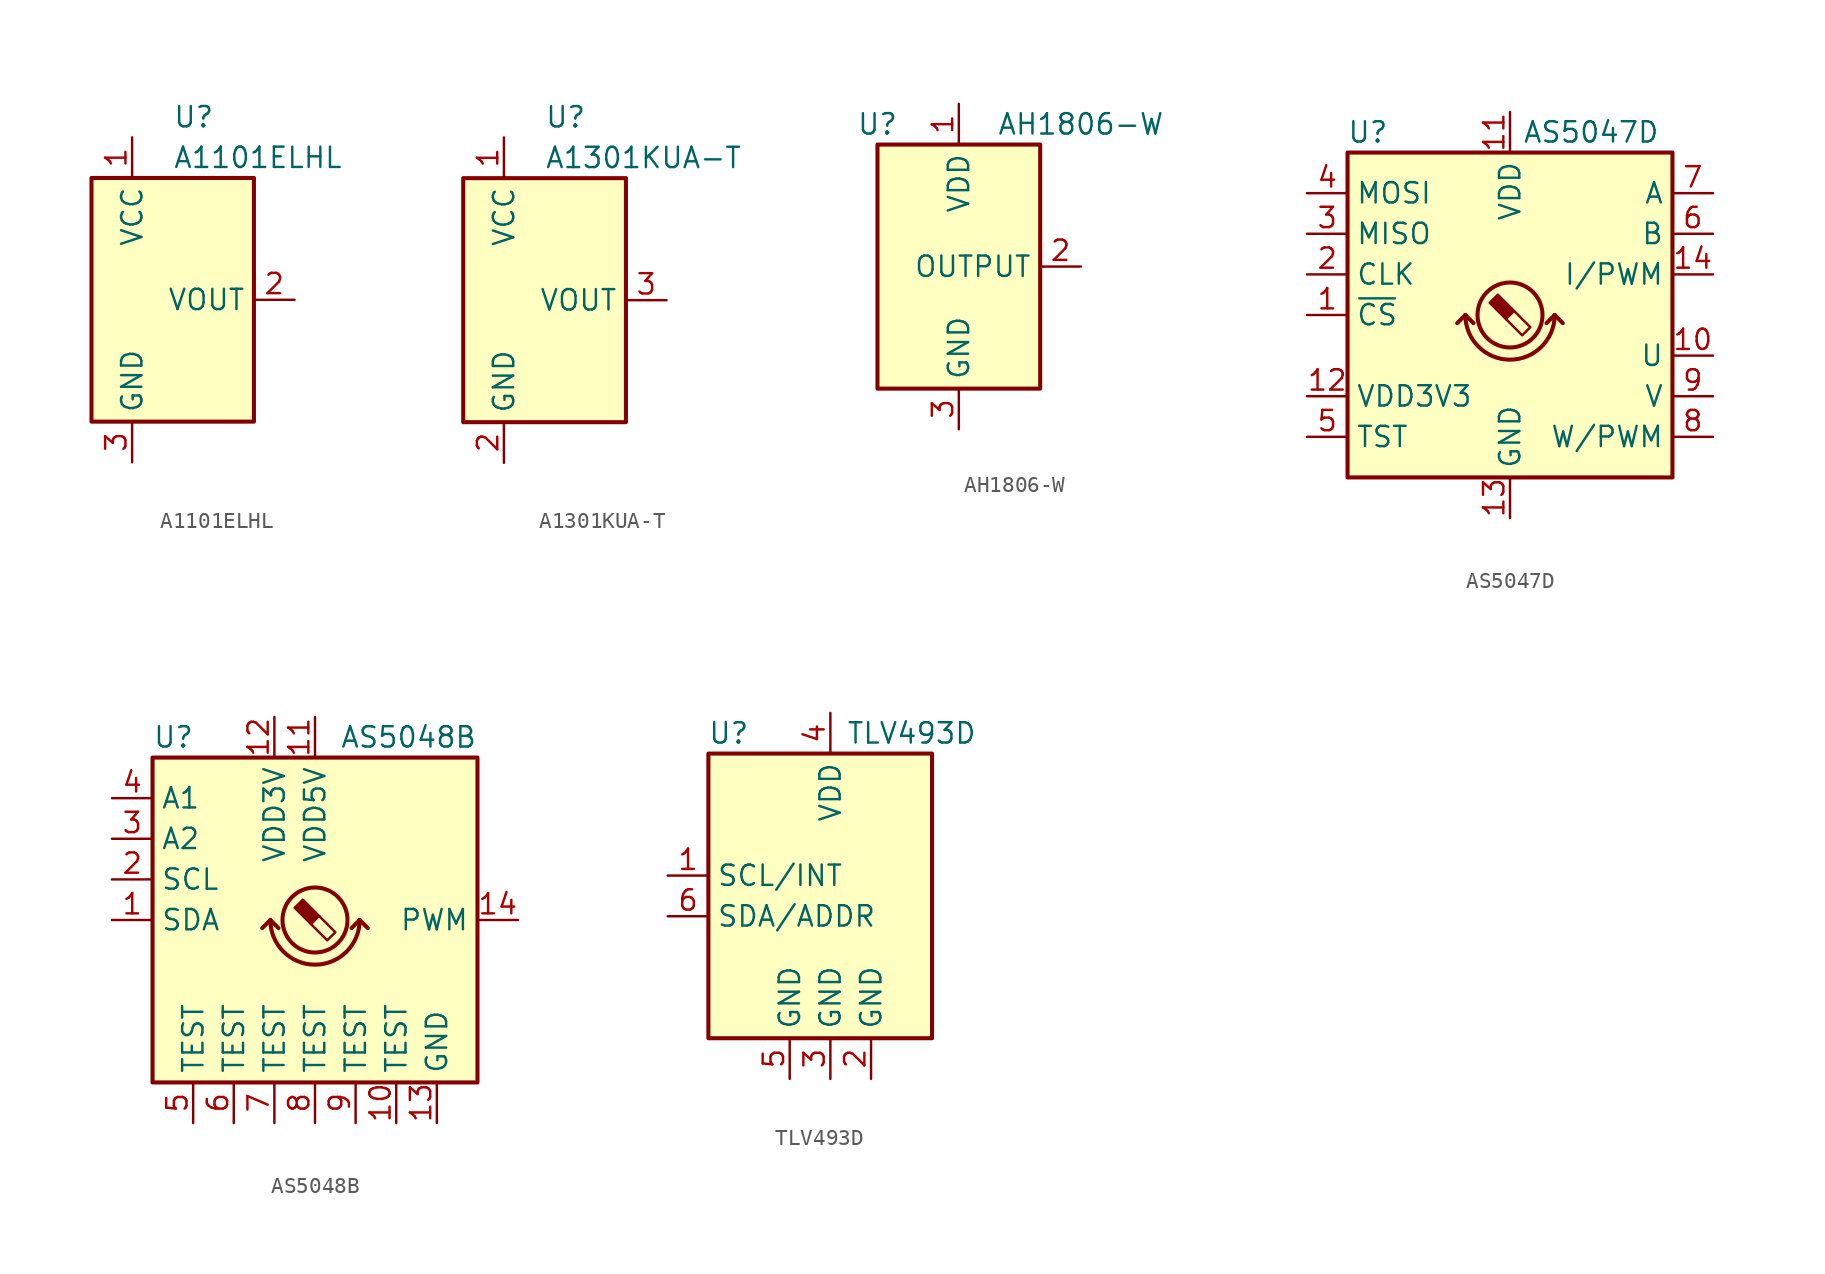
<source format=kicad_sym>
(kicad_symbol_lib
  (version 20211014)
  (generator kicad_symbol_editor)
  (symbol "A1101ELHL"
    (property "Reference" "U"
      (at 0 11.43 0)
      (effects (font (size 1.27 1.27)) (justify left)))
    (property "Value" "A1101ELHL"
      (at 0 8.89 0)
      (effects (font (size 1.27 1.27)) (justify left)))
    (symbol "A1101ELHL_0_1"
      (rectangle (start -5.08 7.62) (end 5.08 -7.62) (stroke (width 0.254) (type default) (color 0 0 0 0)) (fill (type background))))
    (symbol "A1101ELHL_1_1"
      (pin power_in line (at -2.54 10.16 270) (length 2.54) (name "VCC" (effects (font (size 1.27 1.27)))) (number "1" (effects (font (size 1.27 1.27)))))
      (pin open_collector line (at 7.62 0 180) (length 2.54) (name "VOUT" (effects (font (size 1.27 1.27)))) (number "2" (effects (font (size 1.27 1.27)))))
      (pin power_in line (at -2.54 -10.16 90) (length 2.54) (name "GND" (effects (font (size 1.27 1.27)))) (number "3" (effects (font (size 1.27 1.27)))))))
  (symbol "A1301KUA-T"
    (property "Reference" "U"
      (at 0 11.43 0)
      (effects (font (size 1.27 1.27)) (justify left)))
    (property "Value" "A1301KUA-T"
      (at 0 8.89 0)
      (effects (font (size 1.27 1.27)) (justify left)))
    (symbol "A1301KUA-T_0_1"
      (rectangle (start -5.08 7.62) (end 5.08 -7.62) (stroke (width 0.254) (type default) (color 0 0 0 0)) (fill (type background))))
    (symbol "A1301KUA-T_1_1"
      (pin power_in line (at -2.54 10.16 270) (length 2.54) (name "VCC" (effects (font (size 1.27 1.27)))) (number "1" (effects (font (size 1.27 1.27)))))
      (pin power_in line (at -2.54 -10.16 90) (length 2.54) (name "GND" (effects (font (size 1.27 1.27)))) (number "2" (effects (font (size 1.27 1.27)))))
      (pin output line (at 7.62 0 180) (length 2.54) (name "VOUT" (effects (font (size 1.27 1.27)))) (number "3" (effects (font (size 1.27 1.27)))))))
  (symbol "AH1806-W"
    (property "Reference" "U"
      (at -5.08 8.89 0)
      (effects (font (size 1.27 1.27))))
    (property "Value" "AH1806-W"
      (at 7.62 8.89 0)
      (effects (font (size 1.27 1.27))))
    (symbol "AH1806-W_0_1"
      (rectangle (start 5.08 7.62) (end -5.08 -7.62) (stroke (width 0.254) (type default) (color 0 0 0 0)) (fill (type background))))
    (symbol "AH1806-W_1_1"
      (pin power_in line (at 0 10.16 270) (length 2.54) (name "VDD" (effects (font (size 1.27 1.27)))) (number "1" (effects (font (size 1.27 1.27)))))
      (pin open_collector line (at 7.62 0 180) (length 2.54) (name "OUTPUT" (effects (font (size 1.27 1.27)))) (number "2" (effects (font (size 1.27 1.27)))))
      (pin power_in line (at 0 -10.16 90) (length 2.54) (name "GND" (effects (font (size 1.27 1.27)))) (number "3" (effects (font (size 1.27 1.27)))))))
  (symbol "AS5047D"
    (property "Reference" "U"
      (at -8.89 11.43 0)
      (effects (font (size 1.27 1.27))))
    (property "Value" "AS5047D"
      (at 5.08 11.43 0)
      (effects (font (size 1.27 1.27))))
    (symbol "AS5047D_1_1"
      (rectangle (start -10.16 10.16) (end 10.16 -10.16) (stroke (width 0.254) (type default) (color 0 0 0 0)) (fill (type background)))
      (arc (start -2.794 0) (mid 0 -2.794) (end 2.794 0) (stroke (width 0.254) (type default) (color 0 0 0 0)) (fill (type none)))
      (polyline (pts (xy -2.794 0) (xy -3.302 -0.508)) (stroke (width 0.254) (type default) (color 0 0 0 0)) (fill (type none)))
      (polyline (pts (xy -2.794 0) (xy -2.286 -0.508)) (stroke (width 0.254) (type default) (color 0 0 0 0)) (fill (type none)))
      (polyline (pts (xy 2.794 0) (xy 2.286 -0.508)) (stroke (width 0.254) (type default) (color 0 0 0 0)) (fill (type none)))
      (polyline (pts (xy 2.794 0) (xy 3.302 -0.508)) (stroke (width 0.254) (type default) (color 0 0 0 0)) (fill (type none)))
      (polyline (pts (xy 0.254 0.254) (xy 1.27 -0.762) (xy 0.762 -1.27) (xy -0.254 -0.254)) (stroke (width 0) (type default) (color 0 0 0 0)) (fill (type none)))
      (polyline (pts (xy -0.762 1.27) (xy 0.254 0.254) (xy -0.254 -0.254) (xy -1.27 0.762) (xy -1.016 1.016) (xy -0.762 1.27) (xy -0.635 1.143)) (stroke (width 0) (type default) (color 0 0 0 0)) (fill (type outline)))
      (circle (center 0 0) (radius 2.032) (stroke (width 0.254) (type default) (color 0 0 0 0)) (fill (type none)))
      (pin input line (at -12.7 0 0) (length 2.54) (name "~{CS}" (effects (font (size 1.27 1.27)))) (number "1" (effects (font (size 1.27 1.27)))))
      (pin output line (at 12.7 -2.54 180) (length 2.54) (name "U" (effects (font (size 1.27 1.27)))) (number "10" (effects (font (size 1.27 1.27)))))
      (pin power_in line (at 0 12.7 270) (length 2.54) (name "VDD" (effects (font (size 1.27 1.27)))) (number "11" (effects (font (size 1.27 1.27)))))
      (pin power_out line (at -12.7 -5.08 0) (length 2.54) (name "VDD3V3" (effects (font (size 1.27 1.27)))) (number "12" (effects (font (size 1.27 1.27)))))
      (pin power_in line (at 0 -12.7 90) (length 2.54) (name "GND" (effects (font (size 1.27 1.27)))) (number "13" (effects (font (size 1.27 1.27)))))
      (pin output line (at 12.7 2.54 180) (length 2.54) (name "I/PWM" (effects (font (size 1.27 1.27)))) (number "14" (effects (font (size 1.27 1.27)))))
      (pin input line (at -12.7 2.54 0) (length 2.54) (name "CLK" (effects (font (size 1.27 1.27)))) (number "2" (effects (font (size 1.27 1.27)))))
      (pin output line (at -12.7 5.08 0) (length 2.54) (name "MISO" (effects (font (size 1.27 1.27)))) (number "3" (effects (font (size 1.27 1.27)))))
      (pin input line (at -12.7 7.62 0) (length 2.54) (name "MOSI" (effects (font (size 1.27 1.27)))) (number "4" (effects (font (size 1.27 1.27)))))
      (pin input line (at -12.7 -7.62 0) (length 2.54) (name "TST" (effects (font (size 1.27 1.27)))) (number "5" (effects (font (size 1.27 1.27)))))
      (pin output line (at 12.7 5.08 180) (length 2.54) (name "B" (effects (font (size 1.27 1.27)))) (number "6" (effects (font (size 1.27 1.27)))))
      (pin output line (at 12.7 7.62 180) (length 2.54) (name "A" (effects (font (size 1.27 1.27)))) (number "7" (effects (font (size 1.27 1.27)))))
      (pin output line (at 12.7 -7.62 180) (length 2.54) (name "W/PWM" (effects (font (size 1.27 1.27)))) (number "8" (effects (font (size 1.27 1.27)))))
      (pin output line (at 12.7 -5.08 180) (length 2.54) (name "V" (effects (font (size 1.27 1.27)))) (number "9" (effects (font (size 1.27 1.27)))))))
  (symbol "AS5048B"
    (property "Reference" "U"
      (at -10.16 11.43 0)
      (effects (font (size 1.27 1.27)) (justify left)))
    (property "Value" "AS5048B"
      (at 10.16 11.43 0)
      (effects (font (size 1.27 1.27)) (justify right)))
    (symbol "AS5048B_0_1"
      (rectangle (start -10.16 10.16) (end 10.16 -10.16) (stroke (width 0.254) (type default) (color 0 0 0 0)) (fill (type background)))
      (arc (start -2.794 0) (mid 0 -2.794) (end 2.794 0) (stroke (width 0.254) (type default) (color 0 0 0 0)) (fill (type none)))
      (polyline (pts (xy -2.794 0) (xy -3.302 -0.508)) (stroke (width 0.254) (type default) (color 0 0 0 0)) (fill (type none)))
      (polyline (pts (xy -2.794 0) (xy -2.286 -0.508)) (stroke (width 0.254) (type default) (color 0 0 0 0)) (fill (type none)))
      (polyline (pts (xy 2.794 0) (xy 2.286 -0.508)) (stroke (width 0.254) (type default) (color 0 0 0 0)) (fill (type none)))
      (polyline (pts (xy 2.794 0) (xy 3.302 -0.508)) (stroke (width 0.254) (type default) (color 0 0 0 0)) (fill (type none))))
    (symbol "AS5048B_1_1"
      (polyline (pts (xy 0.254 0.254) (xy 1.27 -0.762) (xy 0.762 -1.27) (xy -0.254 -0.254)) (stroke (width 0) (type default) (color 0 0 0 0)) (fill (type none)))
      (polyline (pts (xy -0.762 1.27) (xy 0.254 0.254) (xy -0.254 -0.254) (xy -1.27 0.762) (xy -1.016 1.016) (xy -0.762 1.27) (xy -0.635 1.143)) (stroke (width 0) (type default) (color 0 0 0 0)) (fill (type outline)))
      (circle (center 0 0) (radius 2.032) (stroke (width 0.254) (type default) (color 0 0 0 0)) (fill (type none)))
      (pin bidirectional line (at -12.7 0 0) (length 2.54) (name "SDA" (effects (font (size 1.27 1.27)))) (number "1" (effects (font (size 1.27 1.27)))))
      (pin passive line (at 5.08 -12.7 90) (length 2.54) (name "TEST" (effects (font (size 1.27 1.27)))) (number "10" (effects (font (size 1.27 1.27)))))
      (pin power_in line (at 0 12.7 270) (length 2.54) (name "VDD5V" (effects (font (size 1.27 1.27)))) (number "11" (effects (font (size 1.27 1.27)))))
      (pin power_in line (at -2.54 12.7 270) (length 2.54) (name "VDD3V" (effects (font (size 1.27 1.27)))) (number "12" (effects (font (size 1.27 1.27)))))
      (pin power_in line (at 7.62 -12.7 90) (length 2.54) (name "GND" (effects (font (size 1.27 1.27)))) (number "13" (effects (font (size 1.27 1.27)))))
      (pin output line (at 12.7 0 180) (length 2.54) (name "PWM" (effects (font (size 1.27 1.27)))) (number "14" (effects (font (size 1.27 1.27)))))
      (pin input line (at -12.7 2.54 0) (length 2.54) (name "SCL" (effects (font (size 1.27 1.27)))) (number "2" (effects (font (size 1.27 1.27)))))
      (pin input line (at -12.7 5.08 0) (length 2.54) (name "A2" (effects (font (size 1.27 1.27)))) (number "3" (effects (font (size 1.27 1.27)))))
      (pin input line (at -12.7 7.62 0) (length 2.54) (name "A1" (effects (font (size 1.27 1.27)))) (number "4" (effects (font (size 1.27 1.27)))))
      (pin passive line (at -7.62 -12.7 90) (length 2.54) (name "TEST" (effects (font (size 1.27 1.27)))) (number "5" (effects (font (size 1.27 1.27)))))
      (pin passive line (at -5.08 -12.7 90) (length 2.54) (name "TEST" (effects (font (size 1.27 1.27)))) (number "6" (effects (font (size 1.27 1.27)))))
      (pin passive line (at -2.54 -12.7 90) (length 2.54) (name "TEST" (effects (font (size 1.27 1.27)))) (number "7" (effects (font (size 1.27 1.27)))))
      (pin passive line (at 0 -12.7 90) (length 2.54) (name "TEST" (effects (font (size 1.27 1.27)))) (number "8" (effects (font (size 1.27 1.27)))))
      (pin passive line (at 2.54 -12.7 90) (length 2.54) (name "TEST" (effects (font (size 1.27 1.27)))) (number "9" (effects (font (size 1.27 1.27)))))))
  (symbol "TLV493D"
    (property "Reference" "U"
      (at -6.35 11.43 0)
      (effects (font (size 1.27 1.27))))
    (property "Value" "TLV493D"
      (at 5.08 11.43 0)
      (effects (font (size 1.27 1.27))))
    (symbol "TLV493D_0_1"
      (rectangle (start -7.62 10.16) (end 6.35 -7.62) (stroke (width 0.254) (type default) (color 0 0 0 0)) (fill (type background))))
    (symbol "TLV493D_1_1"
      (pin bidirectional line (at -10.16 2.54 0) (length 2.54) (name "SCL/INT" (effects (font (size 1.27 1.27)))) (number "1" (effects (font (size 1.27 1.27)))))
      (pin power_in line (at 2.54 -10.16 90) (length 2.54) (name "GND" (effects (font (size 1.27 1.27)))) (number "2" (effects (font (size 1.27 1.27)))))
      (pin power_in line (at 0 -10.16 90) (length 2.54) (name "GND" (effects (font (size 1.27 1.27)))) (number "3" (effects (font (size 1.27 1.27)))))
      (pin power_in line (at 0 12.7 270) (length 2.54) (name "VDD" (effects (font (size 1.27 1.27)))) (number "4" (effects (font (size 1.27 1.27)))))
      (pin power_in line (at -2.54 -10.16 90) (length 2.54) (name "GND" (effects (font (size 1.27 1.27)))) (number "5" (effects (font (size 1.27 1.27)))))
      (pin bidirectional line (at -10.16 0 0) (length 2.54) (name "SDA/ADDR" (effects (font (size 1.27 1.27)))) (number "6" (effects (font (size 1.27 1.27))))))))
</source>
